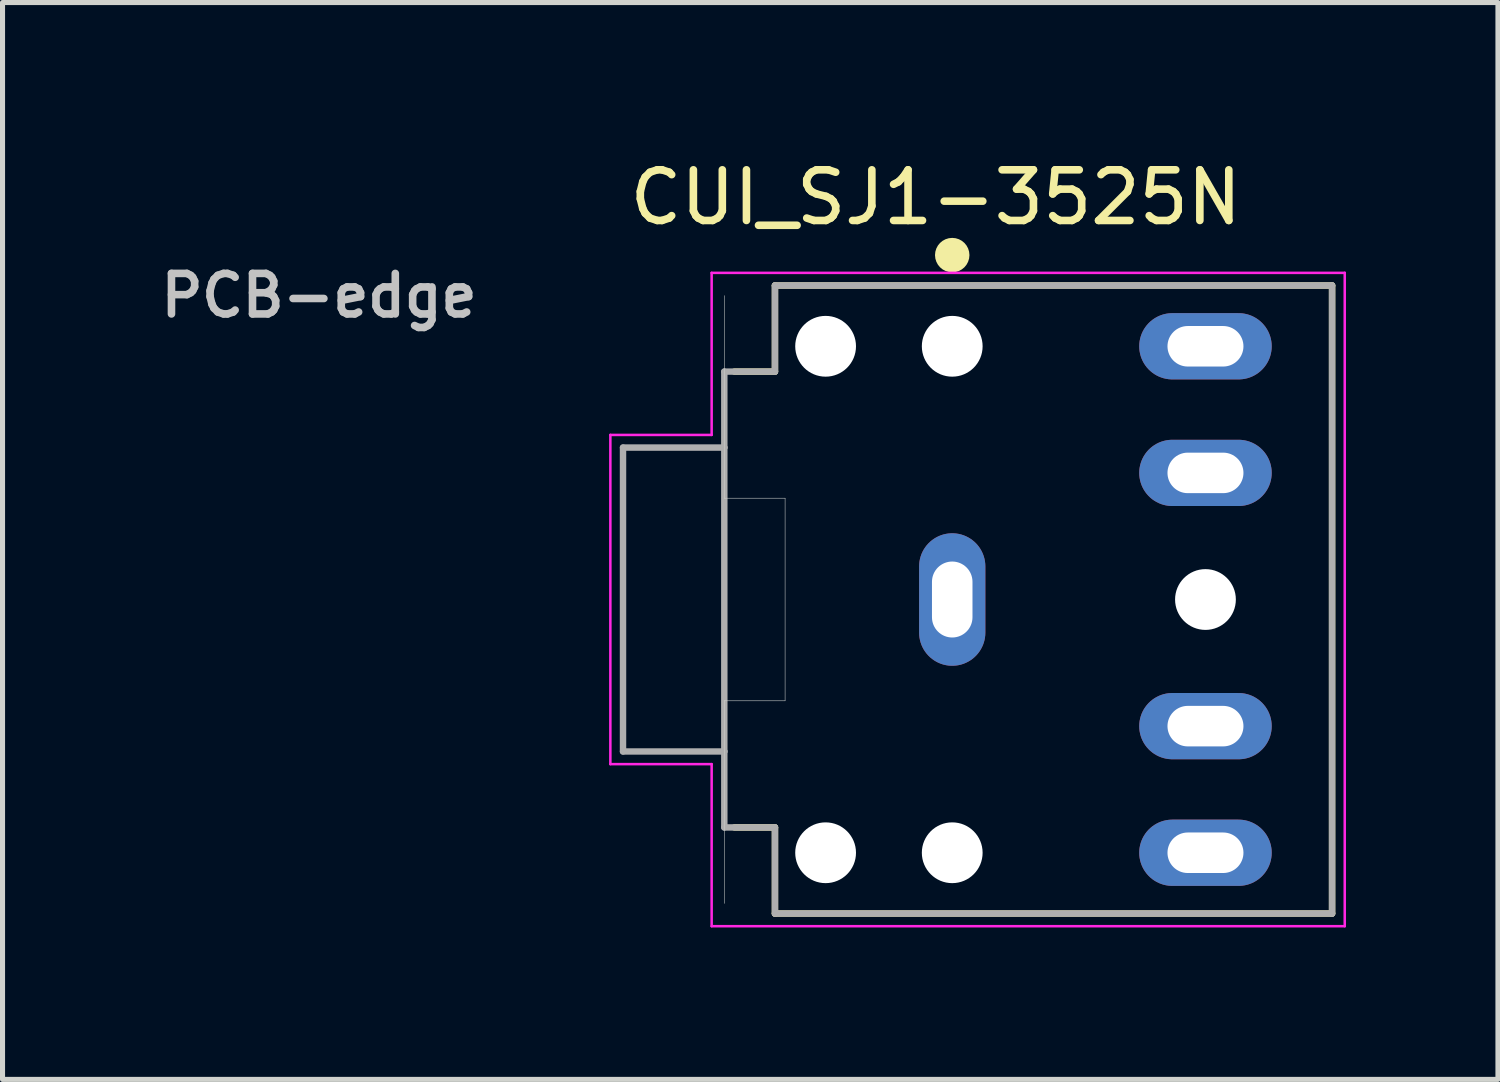
<source format=kicad_pcb>
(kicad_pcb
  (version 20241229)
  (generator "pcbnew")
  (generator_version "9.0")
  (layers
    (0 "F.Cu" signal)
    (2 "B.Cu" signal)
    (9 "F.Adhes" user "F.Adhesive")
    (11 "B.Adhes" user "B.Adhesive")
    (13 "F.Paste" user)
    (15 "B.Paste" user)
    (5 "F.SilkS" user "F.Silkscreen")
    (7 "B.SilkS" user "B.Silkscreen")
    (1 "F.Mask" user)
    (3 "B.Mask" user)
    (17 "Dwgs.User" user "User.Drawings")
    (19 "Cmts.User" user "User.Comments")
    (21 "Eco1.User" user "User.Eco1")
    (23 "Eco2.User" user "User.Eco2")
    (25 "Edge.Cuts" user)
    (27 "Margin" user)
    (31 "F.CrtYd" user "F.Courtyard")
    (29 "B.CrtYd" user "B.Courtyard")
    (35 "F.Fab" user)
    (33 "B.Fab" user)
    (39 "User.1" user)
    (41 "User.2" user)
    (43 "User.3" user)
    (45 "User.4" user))
  (footprint "CUI_SJ1-3525N"
    (layer "F.Cu")
    (at 15.751 8.787)
    (property "Reference" "CUI_SJ1-3525N" (at -0.325 -7.939 0) (layer "F.SilkS") (effects (font (size 1 1) (thickness 0.15))))
    (attr through_hole)
    (fp_line (start -3.5 -6.2) (end -3.5 -4.5) (stroke (width 0.127) (type solid)) (layer "F.SilkS"))
    (fp_line (start -3.5 -4.5) (end -4.3 -4.5) (stroke (width 0.127) (type solid)) (layer "F.SilkS"))
    (fp_line (start -3.5 4.5) (end -4.3 4.5) (stroke (width 0.127) (type solid)) (layer "F.SilkS"))
    (fp_line (start -3.5 4.5) (end -3.5 6.2) (stroke (width 0.127) (type solid)) (layer "F.SilkS"))
    (fp_line (start 7.5 -6.2) (end -3.5 -6.2) (stroke (width 0.127) (type solid)) (layer "F.SilkS"))
    (fp_line (start 7.5 -6.2) (end 7.5 6.2) (stroke (width 0.127) (type solid)) (layer "F.SilkS"))
    (fp_line (start 7.5 6.2) (end -3.5 6.2) (stroke (width 0.127) (type solid)) (layer "F.SilkS"))
    (fp_circle (center 0 -6.8) (end 0.17 -6.8) (stroke (width 0.34) (type solid)) (fill no) (layer "F.SilkS"))
    (fp_line (start -4.5 -6) (end -4.5 -2) (stroke (width 0.01) (type solid)) (layer "Edge.Cuts"))
    (fp_line (start -4.5 -2) (end -3.3 -2) (stroke (width 0.01) (type solid)) (layer "Edge.Cuts"))
    (fp_line (start -4.5 2) (end -4.5 6) (stroke (width 0.01) (type solid)) (layer "Edge.Cuts"))
    (fp_line (start -3.3 -2) (end -3.3 2) (stroke (width 0.01) (type solid)) (layer "Edge.Cuts"))
    (fp_line (start -3.3 2) (end -4.5 2) (stroke (width 0.01) (type solid)) (layer "Edge.Cuts"))
    (fp_line (start -6.75 -3.25) (end -6.75 3.25) (stroke (width 0.05) (type solid)) (layer "F.CrtYd"))
    (fp_line (start -6.75 3.25) (end -4.75 3.25) (stroke (width 0.05) (type solid)) (layer "F.CrtYd"))
    (fp_line (start -4.75 -6.45) (end -4.75 -3.25) (stroke (width 0.05) (type solid)) (layer "F.CrtYd"))
    (fp_line (start -4.75 -6.45) (end 7.75 -6.45) (stroke (width 0.05) (type solid)) (layer "F.CrtYd"))
    (fp_line (start -4.75 -3.25) (end -6.75 -3.25) (stroke (width 0.05) (type solid)) (layer "F.CrtYd"))
    (fp_line (start -4.75 3.25) (end -4.75 6.45) (stroke (width 0.05) (type solid)) (layer "F.CrtYd"))
    (fp_line (start 7.75 -6.45) (end 7.75 6.45) (stroke (width 0.05) (type solid)) (layer "F.CrtYd"))
    (fp_line (start 7.75 6.45) (end -4.75 6.45) (stroke (width 0.05) (type solid)) (layer "F.CrtYd"))
    (fp_line (start -6.5 -3) (end -6.5 3) (stroke (width 0.127) (type solid)) (layer "F.Fab"))
    (fp_line (start -6.5 3) (end -4.5 3) (stroke (width 0.127) (type solid)) (layer "F.Fab"))
    (fp_line (start -4.5 -4.5) (end -4.5 -3) (stroke (width 0.127) (type solid)) (layer "F.Fab"))
    (fp_line (start -4.5 -3) (end -6.5 -3) (stroke (width 0.127) (type solid)) (layer "F.Fab"))
    (fp_line (start -4.5 -3) (end -4.5 3) (stroke (width 0.127) (type solid)) (layer "F.Fab"))
    (fp_line (start -4.5 3) (end -4.5 4.5) (stroke (width 0.127) (type solid)) (layer "F.Fab"))
    (fp_line (start -4.5 4.5) (end -3.5 4.5) (stroke (width 0.127) (type solid)) (layer "F.Fab"))
    (fp_line (start -3.5 -6.2) (end -3.5 -4.5) (stroke (width 0.127) (type solid)) (layer "F.Fab"))
    (fp_line (start -3.5 -4.5) (end -4.5 -4.5) (stroke (width 0.127) (type solid)) (layer "F.Fab"))
    (fp_line (start -3.5 4.5) (end -3.5 6.2) (stroke (width 0.127) (type solid)) (layer "F.Fab"))
    (fp_line (start 7.5 -6.2) (end -3.5 -6.2) (stroke (width 0.127) (type solid)) (layer "F.Fab"))
    (fp_line (start 7.5 -6.2) (end 7.5 6.2) (stroke (width 0.127) (type solid)) (layer "F.Fab"))
    (fp_line (start 7.5 6.2) (end -3.5 6.2) (stroke (width 0.127) (type solid)) (layer "F.Fab"))
    (fp_text user "PCB-edge" (at -12.501 -6.001 0) (layer "Dwgs.User") (effects (font (size 0.8 0.8) (thickness 0.15))))
    (pad "" np_thru_hole circle (at -2.5 -5) (size 1.2 1.2) (drill 1.2) (layers "*.Cu" "*.Mask"))
    (pad "" np_thru_hole circle (at -2.5 5) (size 1.2 1.2) (drill 1.2) (layers "*.Cu" "*.Mask"))
    (pad "" np_thru_hole circle (at 0 -5) (size 1.2 1.2) (drill 1.2) (layers "*.Cu" "*.Mask"))
    (pad "" np_thru_hole circle (at 0 5) (size 1.2 1.2) (drill 1.2) (layers "*.Cu" "*.Mask"))
    (pad "" np_thru_hole circle (at 5 0) (size 1.2 1.2) (drill 1.2) (layers "*.Cu" "*.Mask"))
    (pad "1" thru_hole oval (at 0 0) (size 1.308 2.616) (drill oval 0.8 1.5) (layers "*.Cu" "*.Mask"))
    (pad "2" thru_hole oval (at 5 5) (size 2.616 1.308) (drill oval 1.5 0.8) (layers "*.Cu" "*.Mask"))
    (pad "3" thru_hole oval (at 5 -5) (size 2.616 1.308) (drill oval 1.5 0.8) (layers "*.Cu" "*.Mask"))
    (pad "10" thru_hole oval (at 5 2.5) (size 2.616 1.308) (drill oval 1.5 0.8) (layers "*.Cu" "*.Mask"))
    (pad "11" thru_hole oval (at 5 -2.5) (size 2.616 1.308) (drill oval 1.5 0.8) (layers "*.Cu" "*.Mask")))
  (gr_rect
    (start -3 -3)
    (end 26.526 18.262)
    (stroke (width 0.1) (type default))
    (fill no)
    (layer "Edge.Cuts")))
</source>
